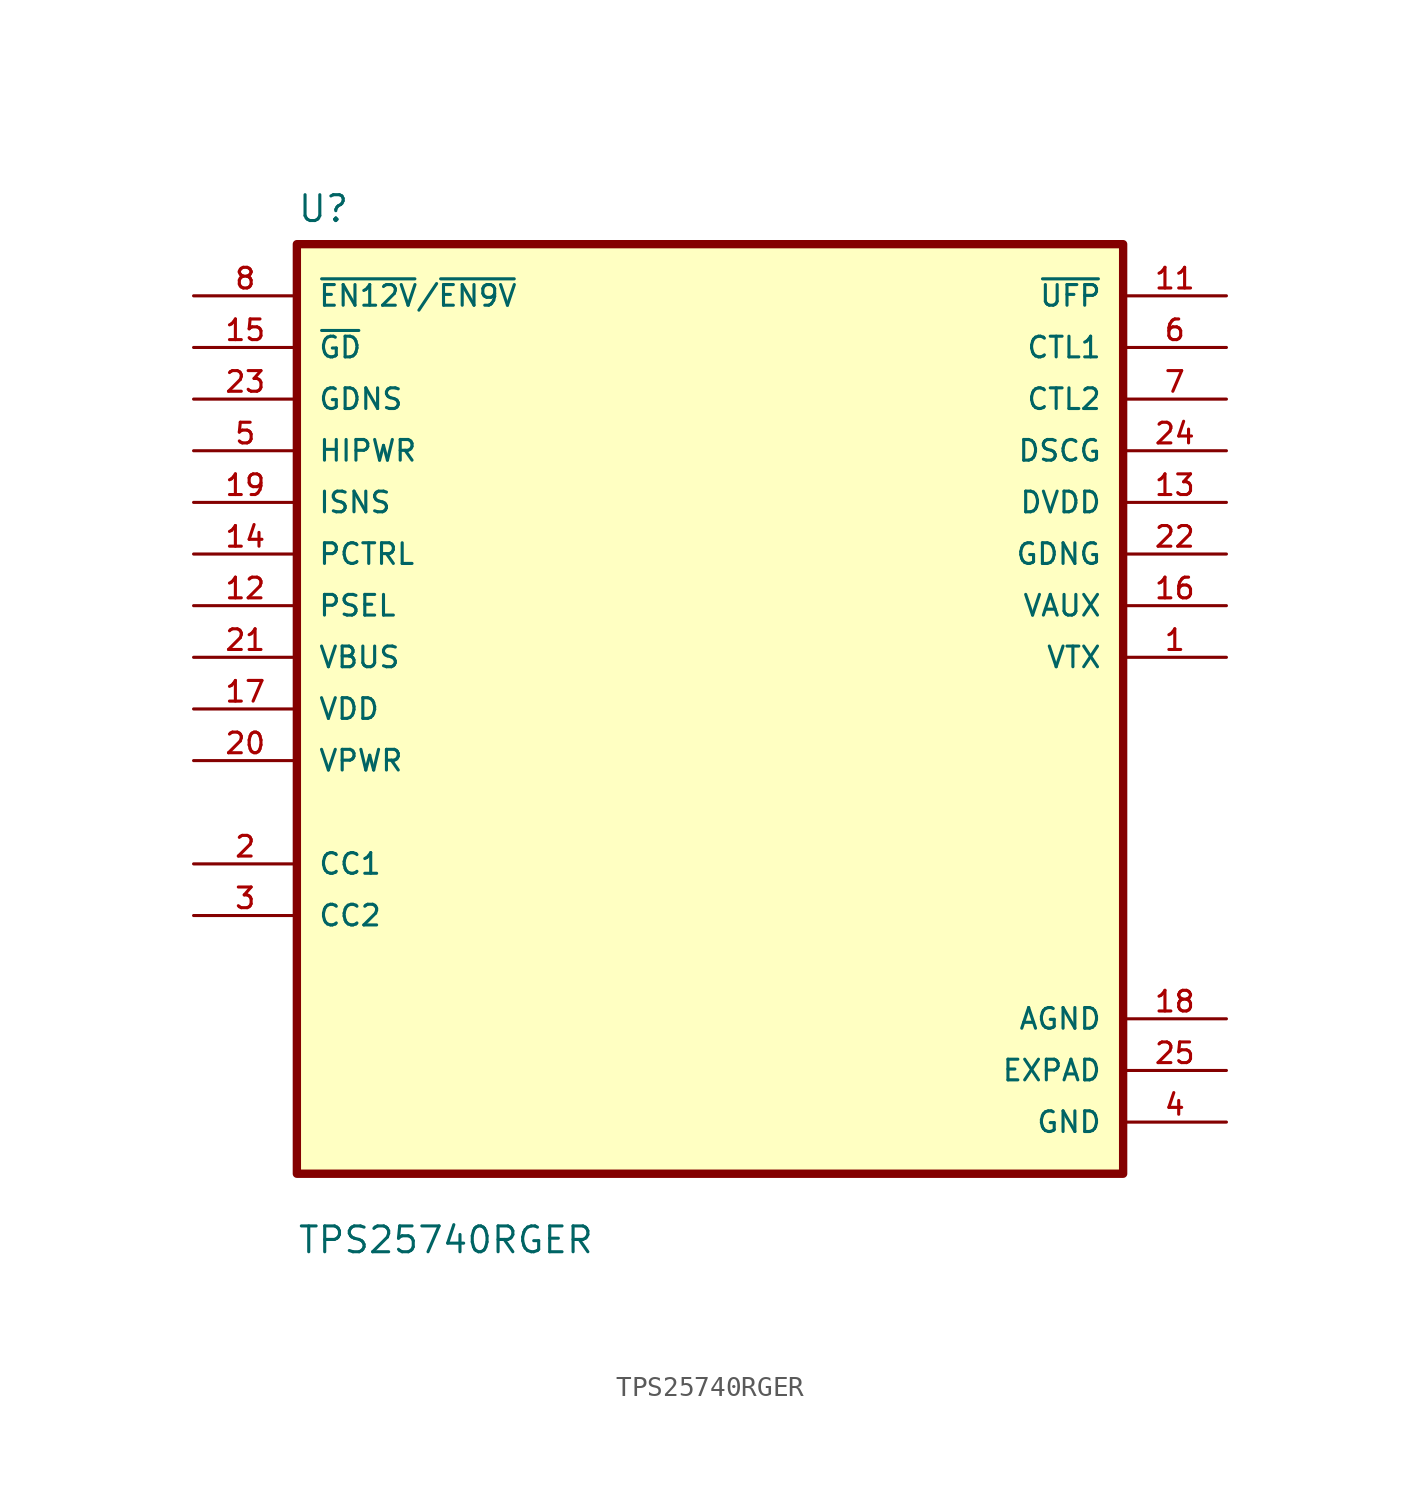
<source format=kicad_sym>
(kicad_symbol_lib
  (version 20211014)
  (generator kicad_symbol_editor)
  (symbol "TPS25740RGER"
    (pin_names
      (offset 1.016))
    (property "Reference" "U"
      (at -20.32 23.86 0.0)
      (effects (font (size 1.27 1.27)) (justify bottom left)))
    (property "Value" "TPS25740RGER"
      (at -20.32 -26.86 0.0)
      (effects (font (size 1.27 1.27)) (justify bottom left)))
    (symbol "TPS25740RGER_0_0"
      (rectangle (start -20.32 -22.86) (end 20.32 22.86) (stroke (width 0.41)) (fill (type background)))
      (pin input line (at -25.4 20.32 0) (length 5.08) (name "~{EN12V}/~{EN9V}" (effects (font (size 1.016 1.016)))) (number "8" (effects (font (size 1.016 1.016)))))
      (pin input line (at -25.4 17.78 0) (length 5.08) (name "~{GD}" (effects (font (size 1.016 1.016)))) (number "15" (effects (font (size 1.016 1.016)))))
      (pin input line (at -25.4 15.24 0) (length 5.08) (name "GDNS" (effects (font (size 1.016 1.016)))) (number "23" (effects (font (size 1.016 1.016)))))
      (pin input line (at -25.4 12.7 0) (length 5.08) (name "HIPWR" (effects (font (size 1.016 1.016)))) (number "5" (effects (font (size 1.016 1.016)))))
      (pin input line (at -25.4 10.16 0) (length 5.08) (name "ISNS" (effects (font (size 1.016 1.016)))) (number "19" (effects (font (size 1.016 1.016)))))
      (pin input line (at -25.4 7.62 0) (length 5.08) (name "PCTRL" (effects (font (size 1.016 1.016)))) (number "14" (effects (font (size 1.016 1.016)))))
      (pin input line (at -25.4 5.08 0) (length 5.08) (name "PSEL" (effects (font (size 1.016 1.016)))) (number "12" (effects (font (size 1.016 1.016)))))
      (pin input line (at -25.4 2.54 0) (length 5.08) (name "VBUS" (effects (font (size 1.016 1.016)))) (number "21" (effects (font (size 1.016 1.016)))))
      (pin input line (at -25.4 3.55271e-15 0) (length 5.08) (name "VDD" (effects (font (size 1.016 1.016)))) (number "17" (effects (font (size 1.016 1.016)))))
      (pin input line (at -25.4 -2.54 0) (length 5.08) (name "VPWR" (effects (font (size 1.016 1.016)))) (number "20" (effects (font (size 1.016 1.016)))))
      (pin bidirectional line (at -25.4 -7.62 0) (length 5.08) (name "CC1" (effects (font (size 1.016 1.016)))) (number "2" (effects (font (size 1.016 1.016)))))
      (pin bidirectional line (at -25.4 -10.16 0) (length 5.08) (name "CC2" (effects (font (size 1.016 1.016)))) (number "3" (effects (font (size 1.016 1.016)))))
      (pin output line (at 25.4 20.32 180.0) (length 5.08) (name "~{UFP}" (effects (font (size 1.016 1.016)))) (number "11" (effects (font (size 1.016 1.016)))))
      (pin output line (at 25.4 17.78 180.0) (length 5.08) (name "CTL1" (effects (font (size 1.016 1.016)))) (number "6" (effects (font (size 1.016 1.016)))))
      (pin output line (at 25.4 15.24 180.0) (length 5.08) (name "CTL2" (effects (font (size 1.016 1.016)))) (number "7" (effects (font (size 1.016 1.016)))))
      (pin output line (at 25.4 12.7 180.0) (length 5.08) (name "DSCG" (effects (font (size 1.016 1.016)))) (number "24" (effects (font (size 1.016 1.016)))))
      (pin output line (at 25.4 10.16 180.0) (length 5.08) (name "DVDD" (effects (font (size 1.016 1.016)))) (number "13" (effects (font (size 1.016 1.016)))))
      (pin output line (at 25.4 7.62 180.0) (length 5.08) (name "GDNG" (effects (font (size 1.016 1.016)))) (number "22" (effects (font (size 1.016 1.016)))))
      (pin output line (at 25.4 5.08 180.0) (length 5.08) (name "VAUX" (effects (font (size 1.016 1.016)))) (number "16" (effects (font (size 1.016 1.016)))))
      (pin output line (at 25.4 2.54 180.0) (length 5.08) (name "VTX" (effects (font (size 1.016 1.016)))) (number "1" (effects (font (size 1.016 1.016)))))
      (pin power_in line (at 25.4 -15.24 180.0) (length 5.08) (name "AGND" (effects (font (size 1.016 1.016)))) (number "18" (effects (font (size 1.016 1.016)))))
      (pin power_in line (at 25.4 -17.78 180.0) (length 5.08) (name "EXPAD" (effects (font (size 1.016 1.016)))) (number "25" (effects (font (size 1.016 1.016)))))
      (pin power_in line (at 25.4 -20.32 180.0) (length 5.08) (name "GND" (effects (font (size 1.016 1.016)))) (number "4" (effects (font (size 1.016 1.016))))))))
</source>
